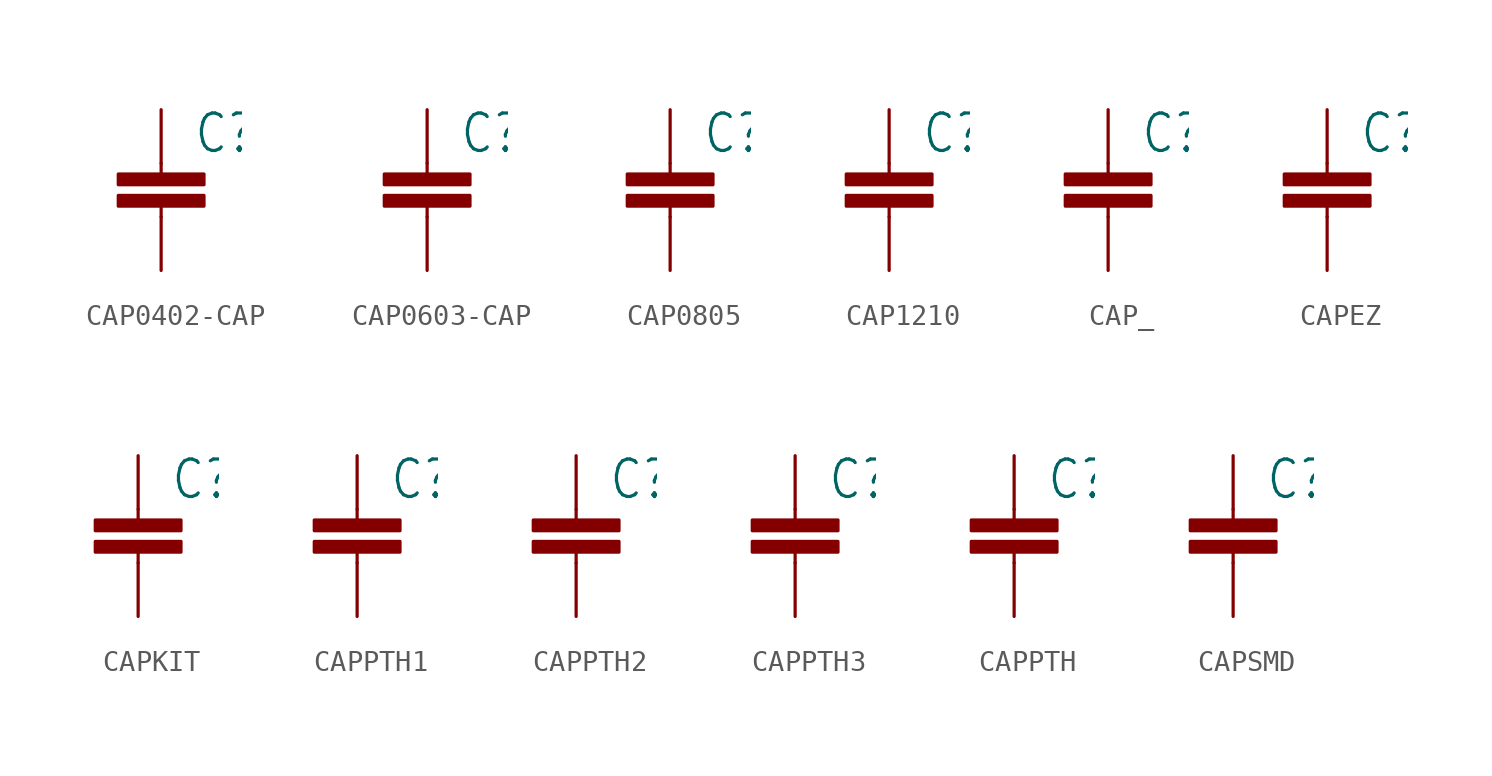
<source format=kicad_sym>
(kicad_symbol_lib
  (version 20220914)
  (generator kicad_symbol_editor)
  (symbol "CAP0402-CAP"
    (property "Reference" "C"
      (at 1.524 2.921 0)
      (effects (font (size 1.778 1.511)) (justify left bottom)))
    (property "Value" ""
      (at 1.524 -2.159 0)
      (effects (font (size 1.778 1.511)) (justify left bottom)))
    (property "ki_locked" ""
      (at 0 0 0)
      (effects (font (size 1.27 1.27))))
    (symbol "CAP0402-CAP_1_0"
      (rectangle (start -2.032 0.508) (end 2.032 1.016) (stroke (width 0) (type default)) (fill (type outline)))
      (rectangle (start -2.032 1.524) (end 2.032 2.032) (stroke (width 0) (type default)) (fill (type outline)))
      (polyline (pts (xy 0 0) (xy 0 0.508)) (stroke (width 0.152) (type solid)) (fill (type none)))
      (polyline (pts (xy 0 2.54) (xy 0 2.032)) (stroke (width 0.152) (type solid)) (fill (type none)))
      (pin passive line (at 0 5.08 270) (length 2.54) (name "1" (effects (font (size 0 0)))) (number "1" (effects (font (size 0 0)))))
      (pin passive line (at 0 -2.54 90) (length 2.54) (name "2" (effects (font (size 0 0)))) (number "2" (effects (font (size 0 0)))))))
  (symbol "CAP0603-CAP"
    (property "Reference" "C"
      (at 1.524 2.921 0)
      (effects (font (size 1.778 1.511)) (justify left bottom)))
    (property "Value" ""
      (at 1.524 -2.159 0)
      (effects (font (size 1.778 1.511)) (justify left bottom)))
    (property "ki_locked" ""
      (at 0 0 0)
      (effects (font (size 1.27 1.27))))
    (symbol "CAP0603-CAP_1_0"
      (rectangle (start -2.032 0.508) (end 2.032 1.016) (stroke (width 0) (type default)) (fill (type outline)))
      (rectangle (start -2.032 1.524) (end 2.032 2.032) (stroke (width 0) (type default)) (fill (type outline)))
      (polyline (pts (xy 0 0) (xy 0 0.508)) (stroke (width 0.152) (type solid)) (fill (type none)))
      (polyline (pts (xy 0 2.54) (xy 0 2.032)) (stroke (width 0.152) (type solid)) (fill (type none)))
      (pin passive line (at 0 5.08 270) (length 2.54) (name "1" (effects (font (size 0 0)))) (number "1" (effects (font (size 0 0)))))
      (pin passive line (at 0 -2.54 90) (length 2.54) (name "2" (effects (font (size 0 0)))) (number "2" (effects (font (size 0 0)))))))
  (symbol "CAP0805"
    (property "Reference" "C"
      (at 1.524 2.921 0)
      (effects (font (size 1.778 1.511)) (justify left bottom)))
    (property "Value" ""
      (at 1.524 -2.159 0)
      (effects (font (size 1.778 1.511)) (justify left bottom)))
    (property "ki_locked" ""
      (at 0 0 0)
      (effects (font (size 1.27 1.27))))
    (symbol "CAP0805_1_0"
      (rectangle (start -2.032 0.508) (end 2.032 1.016) (stroke (width 0) (type default)) (fill (type outline)))
      (rectangle (start -2.032 1.524) (end 2.032 2.032) (stroke (width 0) (type default)) (fill (type outline)))
      (polyline (pts (xy 0 0) (xy 0 0.508)) (stroke (width 0.152) (type solid)) (fill (type none)))
      (polyline (pts (xy 0 2.54) (xy 0 2.032)) (stroke (width 0.152) (type solid)) (fill (type none)))
      (pin passive line (at 0 5.08 270) (length 2.54) (name "1" (effects (font (size 0 0)))) (number "1" (effects (font (size 0 0)))))
      (pin passive line (at 0 -2.54 90) (length 2.54) (name "2" (effects (font (size 0 0)))) (number "2" (effects (font (size 0 0)))))))
  (symbol "CAP1210"
    (property "Reference" "C"
      (at 1.524 2.921 0)
      (effects (font (size 1.778 1.511)) (justify left bottom)))
    (property "Value" ""
      (at 1.524 -2.159 0)
      (effects (font (size 1.778 1.511)) (justify left bottom)))
    (property "ki_locked" ""
      (at 0 0 0)
      (effects (font (size 1.27 1.27))))
    (symbol "CAP1210_1_0"
      (rectangle (start -2.032 0.508) (end 2.032 1.016) (stroke (width 0) (type default)) (fill (type outline)))
      (rectangle (start -2.032 1.524) (end 2.032 2.032) (stroke (width 0) (type default)) (fill (type outline)))
      (polyline (pts (xy 0 0) (xy 0 0.508)) (stroke (width 0.152) (type solid)) (fill (type none)))
      (polyline (pts (xy 0 2.54) (xy 0 2.032)) (stroke (width 0.152) (type solid)) (fill (type none)))
      (pin passive line (at 0 5.08 270) (length 2.54) (name "1" (effects (font (size 0 0)))) (number "1" (effects (font (size 0 0)))))
      (pin passive line (at 0 -2.54 90) (length 2.54) (name "2" (effects (font (size 0 0)))) (number "2" (effects (font (size 0 0)))))))
  (symbol "CAP_"
    (property "Reference" "C"
      (at 1.524 2.921 0)
      (effects (font (size 1.778 1.511)) (justify left bottom)))
    (property "Value" ""
      (at 1.524 -2.159 0)
      (effects (font (size 1.778 1.511)) (justify left bottom)))
    (property "ki_locked" ""
      (at 0 0 0)
      (effects (font (size 1.27 1.27))))
    (symbol "CAP__1_0"
      (rectangle (start -2.032 0.508) (end 2.032 1.016) (stroke (width 0) (type default)) (fill (type outline)))
      (rectangle (start -2.032 1.524) (end 2.032 2.032) (stroke (width 0) (type default)) (fill (type outline)))
      (polyline (pts (xy 0 0) (xy 0 0.508)) (stroke (width 0.152) (type solid)) (fill (type none)))
      (polyline (pts (xy 0 2.54) (xy 0 2.032)) (stroke (width 0.152) (type solid)) (fill (type none)))
      (pin passive line (at 0 5.08 270) (length 2.54) (name "1" (effects (font (size 0 0)))) (number "P$1" (effects (font (size 0 0)))))
      (pin passive line (at 0 -2.54 90) (length 2.54) (name "2" (effects (font (size 0 0)))) (number "P$2" (effects (font (size 0 0)))))))
  (symbol "CAPEZ"
    (property "Reference" "C"
      (at 1.524 2.921 0)
      (effects (font (size 1.778 1.511)) (justify left bottom)))
    (property "Value" ""
      (at 1.524 -2.159 0)
      (effects (font (size 1.778 1.511)) (justify left bottom)))
    (property "ki_locked" ""
      (at 0 0 0)
      (effects (font (size 1.27 1.27))))
    (symbol "CAPEZ_1_0"
      (rectangle (start -2.032 0.508) (end 2.032 1.016) (stroke (width 0) (type default)) (fill (type outline)))
      (rectangle (start -2.032 1.524) (end 2.032 2.032) (stroke (width 0) (type default)) (fill (type outline)))
      (polyline (pts (xy 0 0) (xy 0 0.508)) (stroke (width 0.152) (type solid)) (fill (type none)))
      (polyline (pts (xy 0 2.54) (xy 0 2.032)) (stroke (width 0.152) (type solid)) (fill (type none)))
      (pin passive line (at 0 5.08 270) (length 2.54) (name "1" (effects (font (size 0 0)))) (number "1" (effects (font (size 0 0)))))
      (pin passive line (at 0 -2.54 90) (length 2.54) (name "2" (effects (font (size 0 0)))) (number "2" (effects (font (size 0 0)))))))
  (symbol "CAPKIT"
    (property "Reference" "C"
      (at 1.524 2.921 0)
      (effects (font (size 1.778 1.511)) (justify left bottom)))
    (property "Value" ""
      (at 1.524 -2.159 0)
      (effects (font (size 1.778 1.511)) (justify left bottom)))
    (property "ki_locked" ""
      (at 0 0 0)
      (effects (font (size 1.27 1.27))))
    (symbol "CAPKIT_1_0"
      (rectangle (start -2.032 0.508) (end 2.032 1.016) (stroke (width 0) (type default)) (fill (type outline)))
      (rectangle (start -2.032 1.524) (end 2.032 2.032) (stroke (width 0) (type default)) (fill (type outline)))
      (polyline (pts (xy 0 0) (xy 0 0.508)) (stroke (width 0.152) (type solid)) (fill (type none)))
      (polyline (pts (xy 0 2.54) (xy 0 2.032)) (stroke (width 0.152) (type solid)) (fill (type none)))
      (pin passive line (at 0 5.08 270) (length 2.54) (name "1" (effects (font (size 0 0)))) (number "1" (effects (font (size 0 0)))))
      (pin passive line (at 0 -2.54 90) (length 2.54) (name "2" (effects (font (size 0 0)))) (number "2" (effects (font (size 0 0)))))))
  (symbol "CAPPTH1"
    (property "Reference" "C"
      (at 1.524 2.921 0)
      (effects (font (size 1.778 1.511)) (justify left bottom)))
    (property "Value" ""
      (at 1.524 -2.159 0)
      (effects (font (size 1.778 1.511)) (justify left bottom)))
    (property "ki_locked" ""
      (at 0 0 0)
      (effects (font (size 1.27 1.27))))
    (symbol "CAPPTH1_1_0"
      (rectangle (start -2.032 0.508) (end 2.032 1.016) (stroke (width 0) (type default)) (fill (type outline)))
      (rectangle (start -2.032 1.524) (end 2.032 2.032) (stroke (width 0) (type default)) (fill (type outline)))
      (polyline (pts (xy 0 0) (xy 0 0.508)) (stroke (width 0.152) (type solid)) (fill (type none)))
      (polyline (pts (xy 0 2.54) (xy 0 2.032)) (stroke (width 0.152) (type solid)) (fill (type none)))
      (pin passive line (at 0 5.08 270) (length 2.54) (name "1" (effects (font (size 0 0)))) (number "1" (effects (font (size 0 0)))))
      (pin passive line (at 0 -2.54 90) (length 2.54) (name "2" (effects (font (size 0 0)))) (number "2" (effects (font (size 0 0)))))))
  (symbol "CAPPTH2"
    (property "Reference" "C"
      (at 1.524 2.921 0)
      (effects (font (size 1.778 1.511)) (justify left bottom)))
    (property "Value" ""
      (at 1.524 -2.159 0)
      (effects (font (size 1.778 1.511)) (justify left bottom)))
    (property "ki_locked" ""
      (at 0 0 0)
      (effects (font (size 1.27 1.27))))
    (symbol "CAPPTH2_1_0"
      (rectangle (start -2.032 0.508) (end 2.032 1.016) (stroke (width 0) (type default)) (fill (type outline)))
      (rectangle (start -2.032 1.524) (end 2.032 2.032) (stroke (width 0) (type default)) (fill (type outline)))
      (polyline (pts (xy 0 0) (xy 0 0.508)) (stroke (width 0.152) (type solid)) (fill (type none)))
      (polyline (pts (xy 0 2.54) (xy 0 2.032)) (stroke (width 0.152) (type solid)) (fill (type none)))
      (pin passive line (at 0 5.08 270) (length 2.54) (name "1" (effects (font (size 0 0)))) (number "1" (effects (font (size 0 0)))))
      (pin passive line (at 0 -2.54 90) (length 2.54) (name "2" (effects (font (size 0 0)))) (number "2" (effects (font (size 0 0)))))))
  (symbol "CAPPTH3"
    (property "Reference" "C"
      (at 1.524 2.921 0)
      (effects (font (size 1.778 1.511)) (justify left bottom)))
    (property "Value" ""
      (at 1.524 -2.159 0)
      (effects (font (size 1.778 1.511)) (justify left bottom)))
    (property "ki_locked" ""
      (at 0 0 0)
      (effects (font (size 1.27 1.27))))
    (symbol "CAPPTH3_1_0"
      (rectangle (start -2.032 0.508) (end 2.032 1.016) (stroke (width 0) (type default)) (fill (type outline)))
      (rectangle (start -2.032 1.524) (end 2.032 2.032) (stroke (width 0) (type default)) (fill (type outline)))
      (polyline (pts (xy 0 0) (xy 0 0.508)) (stroke (width 0.152) (type solid)) (fill (type none)))
      (polyline (pts (xy 0 2.54) (xy 0 2.032)) (stroke (width 0.152) (type solid)) (fill (type none)))
      (pin passive line (at 0 5.08 270) (length 2.54) (name "1" (effects (font (size 0 0)))) (number "1" (effects (font (size 0 0)))))
      (pin passive line (at 0 -2.54 90) (length 2.54) (name "2" (effects (font (size 0 0)))) (number "2" (effects (font (size 0 0)))))))
  (symbol "CAPPTH"
    (property "Reference" "C"
      (at 1.524 2.921 0)
      (effects (font (size 1.778 1.511)) (justify left bottom)))
    (property "Value" ""
      (at 1.524 -2.159 0)
      (effects (font (size 1.778 1.511)) (justify left bottom)))
    (property "ki_locked" ""
      (at 0 0 0)
      (effects (font (size 1.27 1.27))))
    (symbol "CAPPTH_1_0"
      (rectangle (start -2.032 0.508) (end 2.032 1.016) (stroke (width 0) (type default)) (fill (type outline)))
      (rectangle (start -2.032 1.524) (end 2.032 2.032) (stroke (width 0) (type default)) (fill (type outline)))
      (polyline (pts (xy 0 0) (xy 0 0.508)) (stroke (width 0.152) (type solid)) (fill (type none)))
      (polyline (pts (xy 0 2.54) (xy 0 2.032)) (stroke (width 0.152) (type solid)) (fill (type none)))
      (pin passive line (at 0 5.08 270) (length 2.54) (name "1" (effects (font (size 0 0)))) (number "1" (effects (font (size 0 0)))))
      (pin passive line (at 0 -2.54 90) (length 2.54) (name "2" (effects (font (size 0 0)))) (number "2" (effects (font (size 0 0)))))))
  (symbol "CAPSMD"
    (property "Reference" "C"
      (at 1.524 2.921 0)
      (effects (font (size 1.778 1.511)) (justify left bottom)))
    (property "Value" ""
      (at 1.524 -2.159 0)
      (effects (font (size 1.778 1.511)) (justify left bottom)))
    (property "ki_locked" ""
      (at 0 0 0)
      (effects (font (size 1.27 1.27))))
    (symbol "CAPSMD_1_0"
      (rectangle (start -2.032 0.508) (end 2.032 1.016) (stroke (width 0) (type default)) (fill (type outline)))
      (rectangle (start -2.032 1.524) (end 2.032 2.032) (stroke (width 0) (type default)) (fill (type outline)))
      (polyline (pts (xy 0 0) (xy 0 0.508)) (stroke (width 0.152) (type solid)) (fill (type none)))
      (polyline (pts (xy 0 2.54) (xy 0 2.032)) (stroke (width 0.152) (type solid)) (fill (type none)))
      (pin passive line (at 0 5.08 270) (length 2.54) (name "1" (effects (font (size 0 0)))) (number "A" (effects (font (size 0 0)))))
      (pin passive line (at 0 -2.54 90) (length 2.54) (name "2" (effects (font (size 0 0)))) (number "C" (effects (font (size 0 0))))))))
</source>
